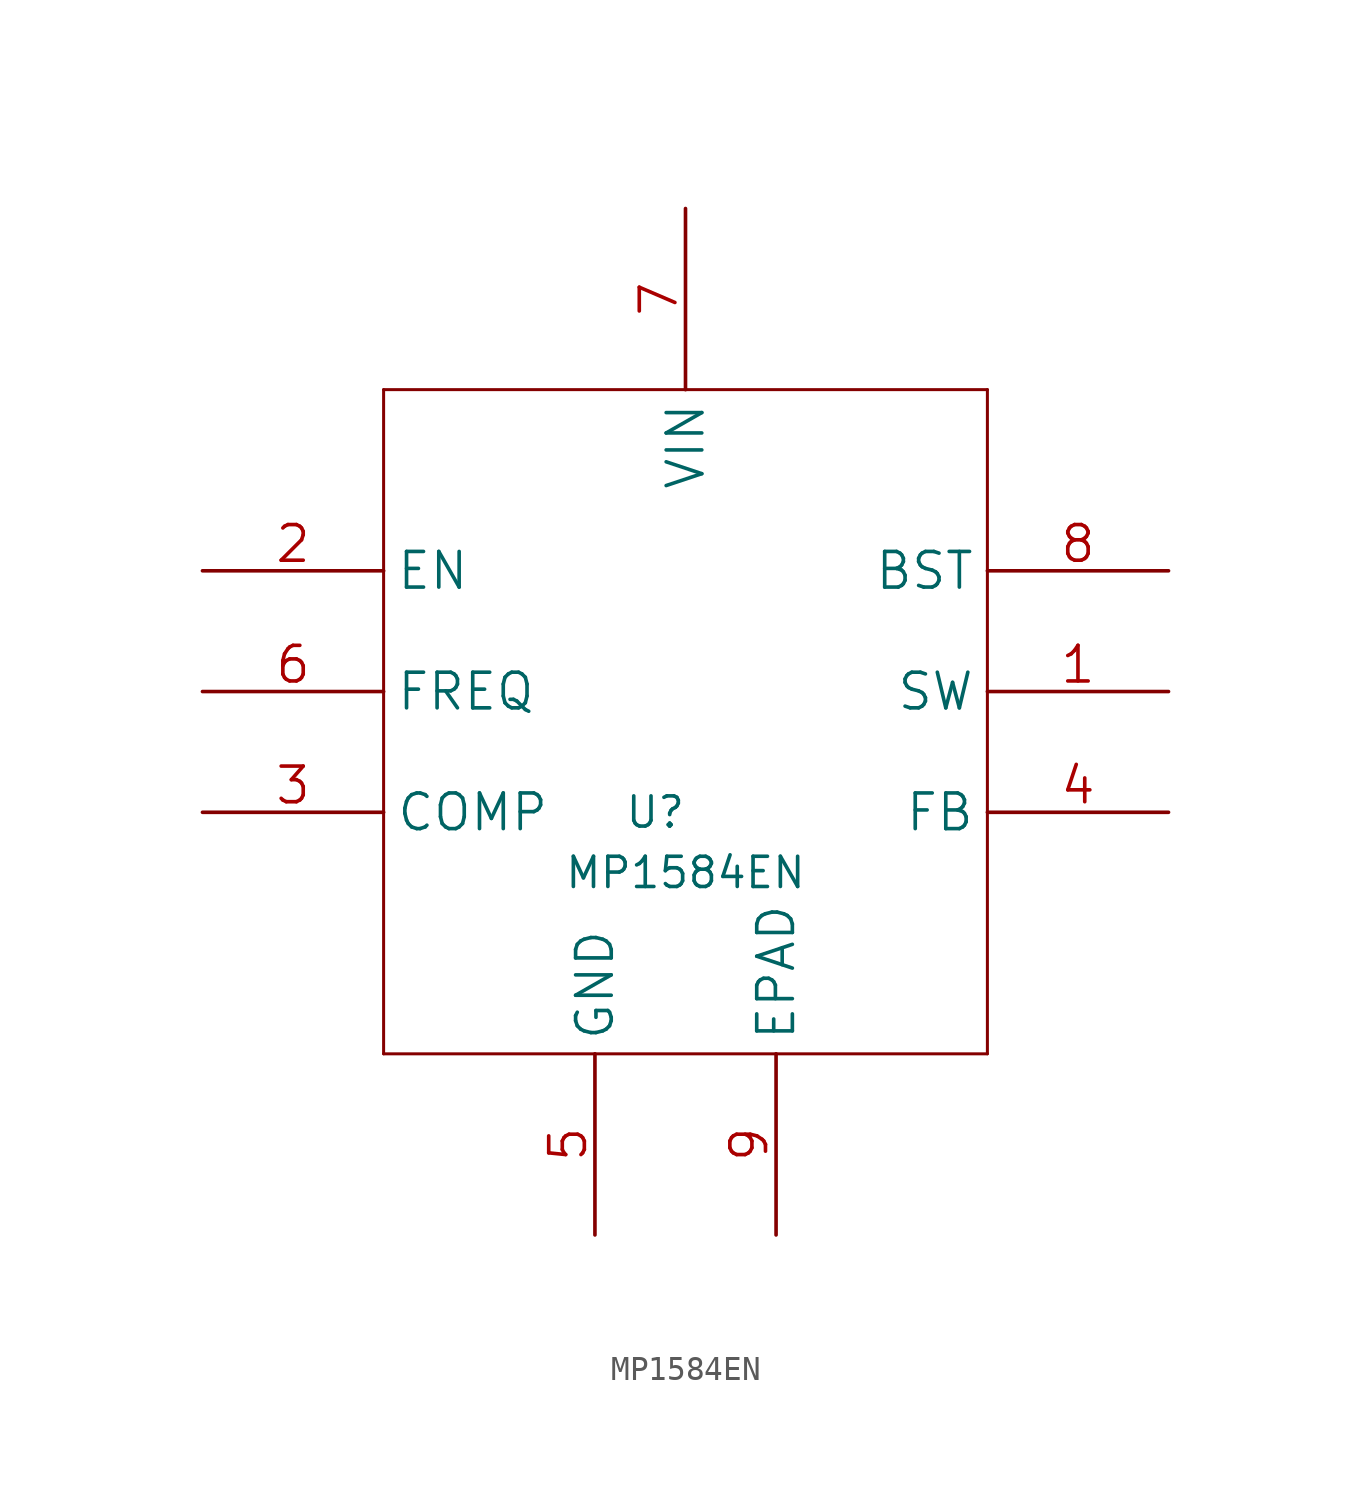
<source format=kicad_sym>
(kicad_symbol_lib
  (version 20220914)
  (generator kicad_symbol_editor)
  (symbol "MP1584EN"
    (property "Reference" "U"
      (at -1.27 -10.16 0)
      (effects (font (size 1.27 1.27))))
    (property "Value" "MP1584EN"
      (at 0 -12.7 0)
      (effects (font (size 1.27 1.27))))
    (symbol "MP1584EN_1_1"
      (polyline (pts (xy -12.7 -20.32) (xy 12.7 -20.32)) (stroke (width 0.127) (type default)) (fill (type none)))
      (polyline (pts (xy -12.7 7.62) (xy -12.7 -20.32)) (stroke (width 0.127) (type default)) (fill (type none)))
      (polyline (pts (xy 12.7 -20.32) (xy 12.7 7.62)) (stroke (width 0.127) (type default)) (fill (type none)))
      (polyline (pts (xy 12.7 7.62) (xy -12.7 7.62)) (stroke (width 0.127) (type default)) (fill (type none)))
      (pin output line (at 20.32 -5.08 180) (length 7.62) (name "SW" (effects (font (size 1.499 1.499)))) (number "1" (effects (font (size 1.499 1.499)))))
      (pin input line (at -20.32 0 0) (length 7.62) (name "EN" (effects (font (size 1.499 1.499)))) (number "2" (effects (font (size 1.499 1.499)))))
      (pin output line (at -20.32 -10.16 0) (length 7.62) (name "COMP" (effects (font (size 1.499 1.499)))) (number "3" (effects (font (size 1.499 1.499)))))
      (pin input line (at 20.32 -10.16 180) (length 7.62) (name "FB" (effects (font (size 1.499 1.499)))) (number "4" (effects (font (size 1.499 1.499)))))
      (pin power_in line (at -3.81 -27.94 90) (length 7.62) (name "GND" (effects (font (size 1.499 1.499)))) (number "5" (effects (font (size 1.499 1.499)))))
      (pin input line (at -20.32 -5.08 0) (length 7.62) (name "FREQ" (effects (font (size 1.499 1.499)))) (number "6" (effects (font (size 1.499 1.499)))))
      (pin power_in line (at 0 15.24 270) (length 7.62) (name "VIN" (effects (font (size 1.499 1.499)))) (number "7" (effects (font (size 1.499 1.499)))))
      (pin unspecified line (at 20.32 0 180) (length 7.62) (name "BST" (effects (font (size 1.499 1.499)))) (number "8" (effects (font (size 1.499 1.499)))))
      (pin power_in line (at 3.81 -27.94 90) (length 7.62) (name "EPAD" (effects (font (size 1.499 1.499)))) (number "9" (effects (font (size 1.499 1.499))))))))
</source>
